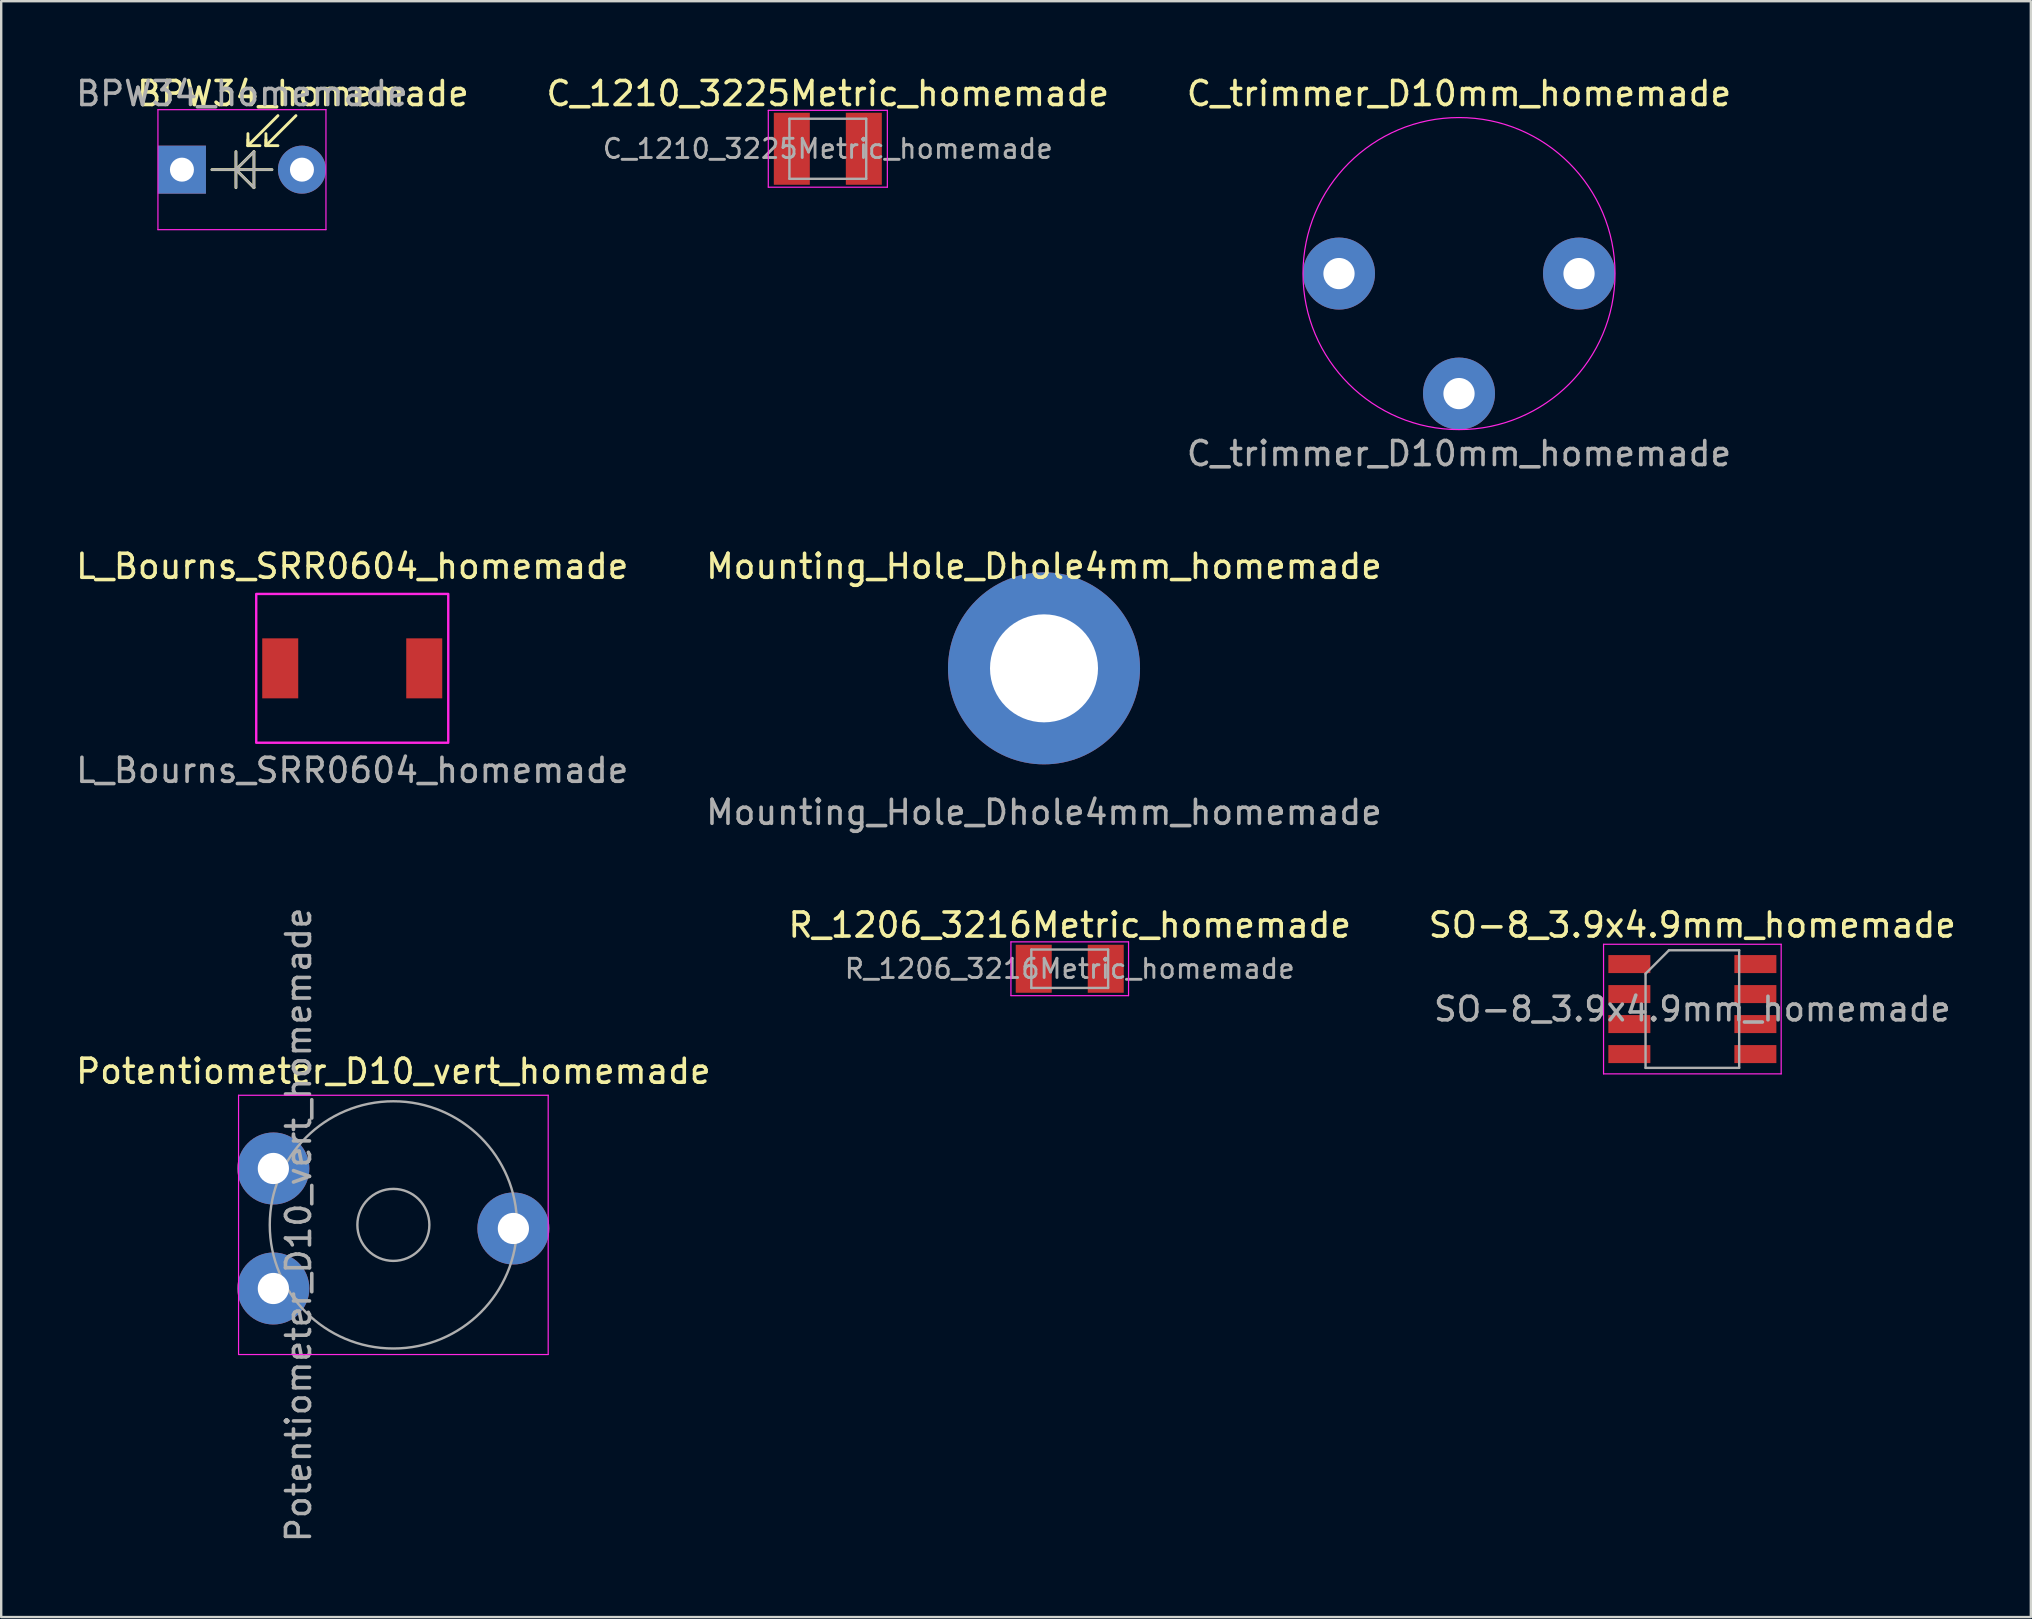
<source format=kicad_pcb>
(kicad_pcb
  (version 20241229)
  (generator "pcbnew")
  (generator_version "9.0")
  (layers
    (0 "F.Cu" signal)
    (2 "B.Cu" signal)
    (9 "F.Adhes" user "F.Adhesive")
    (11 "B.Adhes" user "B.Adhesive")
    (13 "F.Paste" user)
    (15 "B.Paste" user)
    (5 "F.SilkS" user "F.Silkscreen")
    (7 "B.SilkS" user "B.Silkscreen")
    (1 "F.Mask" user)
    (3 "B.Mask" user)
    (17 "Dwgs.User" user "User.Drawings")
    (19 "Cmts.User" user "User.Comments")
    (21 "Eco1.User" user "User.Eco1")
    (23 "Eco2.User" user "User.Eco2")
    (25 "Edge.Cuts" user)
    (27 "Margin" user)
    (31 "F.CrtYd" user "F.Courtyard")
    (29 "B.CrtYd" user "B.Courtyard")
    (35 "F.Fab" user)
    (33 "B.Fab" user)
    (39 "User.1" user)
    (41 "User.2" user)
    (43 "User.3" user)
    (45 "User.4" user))
  (footprint "C_trimmer_D10mm_homemade"
    (layer "F.Cu")
    (at 57.736 8.348)
    (property "Reference" "C_trimmer_D10mm_homemade" (at 0 -7.5 0) (unlocked yes) (layer "F.SilkS") (effects (font (size 1 1) (thickness 0.15))))
    (attr smd)
    (fp_circle (center 0 0) (end 6.5 0) (stroke (width 0.05) (type solid)) (fill no) (layer "F.CrtYd"))
    (fp_text user "${REFERENCE}" (at 0 7.5 0) (unlocked yes) (layer "F.Fab") (effects (font (size 1 1) (thickness 0.15))))
    (pad "1" thru_hole circle (at 0 5) (size 3 3) (drill 1.3) (layers "*.Cu" "F.Mask"))
    (pad "2" thru_hole circle (at -5 0) (size 3 3) (drill 1.3) (layers "*.Cu" "F.Mask"))
    (pad "2" thru_hole circle (at 5 0) (size 3 3) (drill 1.3) (layers "*.Cu" "F.Mask")))
  (footprint "Mounting_Hole_Dhole4mm_homemade"
    (layer "F.Cu")
    (at 40.446 24.795)
    (property "Reference" "Mounting_Hole_Dhole4mm_homemade" (at 0 -4.25 0) (unlocked yes) (layer "F.SilkS") (effects (font (size 1 1) (thickness 0.15))))
    (attr through_hole)
    (fp_text user "${REFERENCE}" (at 0 6 0) (unlocked yes) (layer "F.Fab") (effects (font (size 1 1) (thickness 0.15))))
    (pad "1" thru_hole oval (at 0 0) (size 8 8) (drill 4.5) (layers "*.Cu" "*.Mask")))
  (footprint "C_1210_3225Metric_homemade"
    (layer "F.Cu")
    (at 31.439 3.148)
    (property "Reference" "C_1210_3225Metric_homemade" (at 0 -2.3 0) (layer "F.SilkS") (effects (font (size 1 1) (thickness 0.15))))
    (attr smd)
    (fp_line (start -2.48 -1.6) (end 2.48 -1.6) (stroke (width 0.05) (type solid)) (layer "F.CrtYd"))
    (fp_line (start -2.48 1.6) (end -2.48 -1.6) (stroke (width 0.05) (type solid)) (layer "F.CrtYd"))
    (fp_line (start 2.48 -1.6) (end 2.48 1.6) (stroke (width 0.05) (type solid)) (layer "F.CrtYd"))
    (fp_line (start 2.48 1.6) (end -2.48 1.6) (stroke (width 0.05) (type solid)) (layer "F.CrtYd"))
    (fp_line (start -1.6 -1.25) (end 1.6 -1.25) (stroke (width 0.1) (type solid)) (layer "F.Fab"))
    (fp_line (start -1.6 1.25) (end -1.6 -1.25) (stroke (width 0.1) (type solid)) (layer "F.Fab"))
    (fp_line (start 1.6 -1.25) (end 1.6 1.25) (stroke (width 0.1) (type solid)) (layer "F.Fab"))
    (fp_line (start 1.6 1.25) (end -1.6 1.25) (stroke (width 0.1) (type solid)) (layer "F.Fab"))
    (fp_text user "${REFERENCE}" (at 0 0 0) (layer "F.Fab") (effects (font (size 0.8 0.8) (thickness 0.12))))
    (pad "1" smd rect (at -1.5 0) (size 1.5 3) (layers "F.Cu" "F.Mask"))
    (pad "2" smd rect (at 1.5 0) (size 1.5 3) (layers "F.Cu" "F.Mask")))
  (footprint "SO-8_3.9x4.9mm_homemade"
    (layer "F.Cu")
    (at 67.458 38.991)
    (property "Reference" "SO-8_3.9x4.9mm_homemade" (at 0 -3.5 0) (layer "F.SilkS") (effects (font (size 1 1) (thickness 0.15))))
    (attr smd)
    (fp_line (start -3.7 -2.7) (end -3.7 2.7) (stroke (width 0.05) (type solid)) (layer "F.CrtYd"))
    (fp_line (start -3.7 2.7) (end 3.7 2.7) (stroke (width 0.05) (type solid)) (layer "F.CrtYd"))
    (fp_line (start 3.7 -2.7) (end -3.7 -2.7) (stroke (width 0.05) (type solid)) (layer "F.CrtYd"))
    (fp_line (start 3.7 2.7) (end 3.7 -2.7) (stroke (width 0.05) (type solid)) (layer "F.CrtYd"))
    (fp_line (start -1.95 -1.475) (end -0.975 -2.45) (stroke (width 0.1) (type solid)) (layer "F.Fab"))
    (fp_line (start -1.95 2.45) (end -1.95 -1.475) (stroke (width 0.1) (type solid)) (layer "F.Fab"))
    (fp_line (start -0.975 -2.45) (end 1.95 -2.45) (stroke (width 0.1) (type solid)) (layer "F.Fab"))
    (fp_line (start 1.95 -2.45) (end 1.95 2.45) (stroke (width 0.1) (type solid)) (layer "F.Fab"))
    (fp_line (start 1.95 2.45) (end -1.95 2.45) (stroke (width 0.1) (type solid)) (layer "F.Fab"))
    (fp_text user "${REFERENCE}" (at 0 0 0) (layer "F.Fab") (effects (font (size 0.98 0.98) (thickness 0.15))))
    (pad "1" smd rect (at -2.625 -1.875) (size 1.75 0.75) (layers "F.Cu" "F.Mask"))
    (pad "2" smd rect (at -2.625 -0.625) (size 1.75 0.75) (layers "F.Cu" "F.Mask"))
    (pad "3" smd rect (at -2.625 0.625) (size 1.75 0.75) (layers "F.Cu" "F.Mask"))
    (pad "4" smd rect (at -2.625 1.875) (size 1.75 0.75) (layers "F.Cu" "F.Mask"))
    (pad "5" smd rect (at 2.625 1.875) (size 1.75 0.75) (layers "F.Cu" "F.Mask"))
    (pad "6" smd rect (at 2.625 0.625) (size 1.75 0.75) (layers "F.Cu" "F.Mask"))
    (pad "7" smd rect (at 2.625 -0.625) (size 1.75 0.75) (layers "F.Cu" "F.Mask"))
    (pad "8" smd rect (at 2.625 -1.875) (size 1.75 0.75) (layers "F.Cu" "F.Mask")))
  (footprint "R_1206_3216Metric_homemade"
    (layer "F.Cu")
    (at 41.518 37.311)
    (property "Reference" "R_1206_3216Metric_homemade" (at 0 -1.82 0) (layer "F.SilkS") (effects (font (size 1 1) (thickness 0.15))))
    (attr smd)
    (fp_line (start -2.45 -1.12) (end 2.45 -1.12) (stroke (width 0.05) (type solid)) (layer "F.CrtYd"))
    (fp_line (start -2.45 1.12) (end -2.45 -1.12) (stroke (width 0.05) (type solid)) (layer "F.CrtYd"))
    (fp_line (start 2.45 -1.12) (end 2.45 1.12) (stroke (width 0.05) (type solid)) (layer "F.CrtYd"))
    (fp_line (start 2.45 1.12) (end -2.45 1.12) (stroke (width 0.05) (type solid)) (layer "F.CrtYd"))
    (fp_line (start -1.6 -0.8) (end 1.6 -0.8) (stroke (width 0.1) (type solid)) (layer "F.Fab"))
    (fp_line (start -1.6 0.8) (end -1.6 -0.8) (stroke (width 0.1) (type solid)) (layer "F.Fab"))
    (fp_line (start 1.6 -0.8) (end 1.6 0.8) (stroke (width 0.1) (type solid)) (layer "F.Fab"))
    (fp_line (start 1.6 0.8) (end -1.6 0.8) (stroke (width 0.1) (type solid)) (layer "F.Fab"))
    (fp_text user "${REFERENCE}" (at 0 0 0) (layer "F.Fab") (effects (font (size 0.8 0.8) (thickness 0.12))))
    (pad "1" smd rect (at -1.5 0) (size 1.5 2) (layers "F.Cu" "F.Mask"))
    (pad "2" smd rect (at 1.5 0) (size 1.5 2) (layers "F.Cu" "F.Mask")))
  (footprint "L_Bourns_SRR0604_homemade"
    (layer "F.Cu")
    (at 11.625 24.795)
    (property "Reference" "L_Bourns_SRR0604_homemade" (at 0 -4.25 0) (unlocked yes) (layer "F.SilkS") (effects (font (size 1 1) (thickness 0.15))))
    (attr smd)
    (fp_rect (start -4 -3.1) (end 4 3.1) (stroke (width 0.1) (type solid)) (fill no) (layer "F.CrtYd"))
    (fp_text user "${REFERENCE}" (at 0 4.25 0) (unlocked yes) (layer "F.Fab") (effects (font (size 1 1) (thickness 0.15))))
    (pad "1" smd rect (at -3 0) (size 1.5 2.5) (layers "F.Cu" "F.Mask"))
    (pad "2" smd rect (at 3 0) (size 1.5 2.5) (layers "F.Cu" "F.Mask")))
  (footprint "Potentiometer_D10_vert_homemade"
    (layer "F.Cu")
    (at 8.339 50.632)
    (property "Reference" "Potentiometer_D10_vert_homemade" (at 5 -9.05 0) (layer "F.SilkS") (effects (font (size 1 1) (thickness 0.15))))
    (attr through_hole)
    (fp_line (start -1.45 -8.05) (end -1.45 2.75) (stroke (width 0.05) (type solid)) (layer "F.CrtYd"))
    (fp_line (start -1.45 2.75) (end 11.45 2.75) (stroke (width 0.05) (type solid)) (layer "F.CrtYd"))
    (fp_line (start 11.45 -8.05) (end -1.45 -8.05) (stroke (width 0.05) (type solid)) (layer "F.CrtYd"))
    (fp_line (start 11.45 2.75) (end 11.45 -8.05) (stroke (width 0.05) (type solid)) (layer "F.CrtYd"))
    (fp_circle (center 5 -2.65) (end 6.5 -2.65) (stroke (width 0.1) (type solid)) (fill no) (layer "F.Fab"))
    (fp_circle (center 5 -2.65) (end 10.15 -2.65) (stroke (width 0.1) (type solid)) (fill no) (layer "F.Fab"))
    (fp_text user "${REFERENCE}" (at 1.05 -2.65 90) (layer "F.Fab") (effects (font (size 1 1) (thickness 0.15))))
    (pad "1" thru_hole circle (at 0 0) (size 3 3) (drill 1.3) (layers "*.Cu" "F.Mask"))
    (pad "2" thru_hole circle (at 10 -2.5) (size 3 3) (drill 1.3) (layers "*.Cu" "F.Mask"))
    (pad "3" thru_hole circle (at 0 -5) (size 3 3) (drill 1.3) (layers "*.Cu" "F.Mask")))
  (footprint "BPW34_homemade"
    (layer "F.Cu")
    (at 7.03 4.018)
    (property "Reference" "BPW34_homemade" (at 2.54 -3.17 0) (layer "F.SilkS") (effects (font (size 1 1) (thickness 0.15))))
    (attr through_hole)
    (fp_line (start -1.25 0) (end 1.25 0) (stroke (width 0.12) (type solid)) (layer "F.SilkS"))
    (fp_line (start -0.25 0) (end 0.5 0.75) (stroke (width 0.12) (type solid)) (layer "F.SilkS"))
    (fp_line (start -0.25 0.75) (end -0.25 -0.75) (stroke (width 0.12) (type solid)) (layer "F.SilkS"))
    (fp_line (start 0.25 -1) (end 0.25 -1.5) (stroke (width 0.12) (type solid)) (layer "F.SilkS"))
    (fp_line (start 0.25 -1) (end 0.25 -1.25) (stroke (width 0.12) (type solid)) (layer "F.SilkS"))
    (fp_line (start 0.25 -1) (end 0.75 -1) (stroke (width 0.12) (type solid)) (layer "F.SilkS"))
    (fp_line (start 0.25 -1) (end 1.5 -2.25) (stroke (width 0.12) (type solid)) (layer "F.SilkS"))
    (fp_line (start 0.5 -0.75) (end -0.25 0) (stroke (width 0.12) (type solid)) (layer "F.SilkS"))
    (fp_line (start 0.5 0.75) (end 0.5 -0.75) (stroke (width 0.12) (type solid)) (layer "F.SilkS"))
    (fp_line (start 1 -1) (end 1 -1.5) (stroke (width 0.12) (type solid)) (layer "F.SilkS"))
    (fp_line (start 1 -1) (end 1 -1.25) (stroke (width 0.12) (type solid)) (layer "F.SilkS"))
    (fp_line (start 1 -1) (end 1.5 -1) (stroke (width 0.12) (type solid)) (layer "F.SilkS"))
    (fp_line (start 1 -1) (end 2.25 -2.25) (stroke (width 0.12) (type solid)) (layer "F.SilkS"))
    (fp_line (start -3.5 -2.5) (end -3.5 2.5) (stroke (width 0.05) (type solid)) (layer "F.CrtYd"))
    (fp_line (start -3.5 -2.5) (end 3.5 -2.5) (stroke (width 0.05) (type solid)) (layer "F.CrtYd"))
    (fp_line (start 3.5 2.5) (end -3.5 2.5) (stroke (width 0.05) (type solid)) (layer "F.CrtYd"))
    (fp_line (start 3.5 2.5) (end 3.5 -2.5) (stroke (width 0.05) (type solid)) (layer "F.CrtYd"))
    (fp_line (start -1.25 0) (end 1.25 0) (stroke (width 0.1) (type solid)) (layer "F.Fab"))
    (fp_line (start -0.25 -0.75) (end -0.25 0.75) (stroke (width 0.1) (type solid)) (layer "F.Fab"))
    (fp_line (start -0.25 0) (end 0.5 -0.75) (stroke (width 0.1) (type solid)) (layer "F.Fab"))
    (fp_line (start 0.5 -0.75) (end 0.5 0.75) (stroke (width 0.1) (type solid)) (layer "F.Fab"))
    (fp_line (start 0.5 0.75) (end -0.25 0) (stroke (width 0.1) (type solid)) (layer "F.Fab"))
    (fp_text user "${REFERENCE}" (at 0 -3.17 0) (layer "F.Fab") (effects (font (size 1 1) (thickness 0.15))))
    (pad "1" thru_hole rect (at -2.5 0) (size 2 2) (drill 1) (layers "*.Cu" "*.Mask"))
    (pad "2" thru_hole oval (at 2.5 0) (size 2 2) (drill 1) (layers "*.Cu" "*.Mask")))
  (gr_rect
    (start -3 -3)
    (end 81.56 64.322)
    (stroke (width 0.1) (type default))
    (fill no)
    (layer "Edge.Cuts")))
</source>
